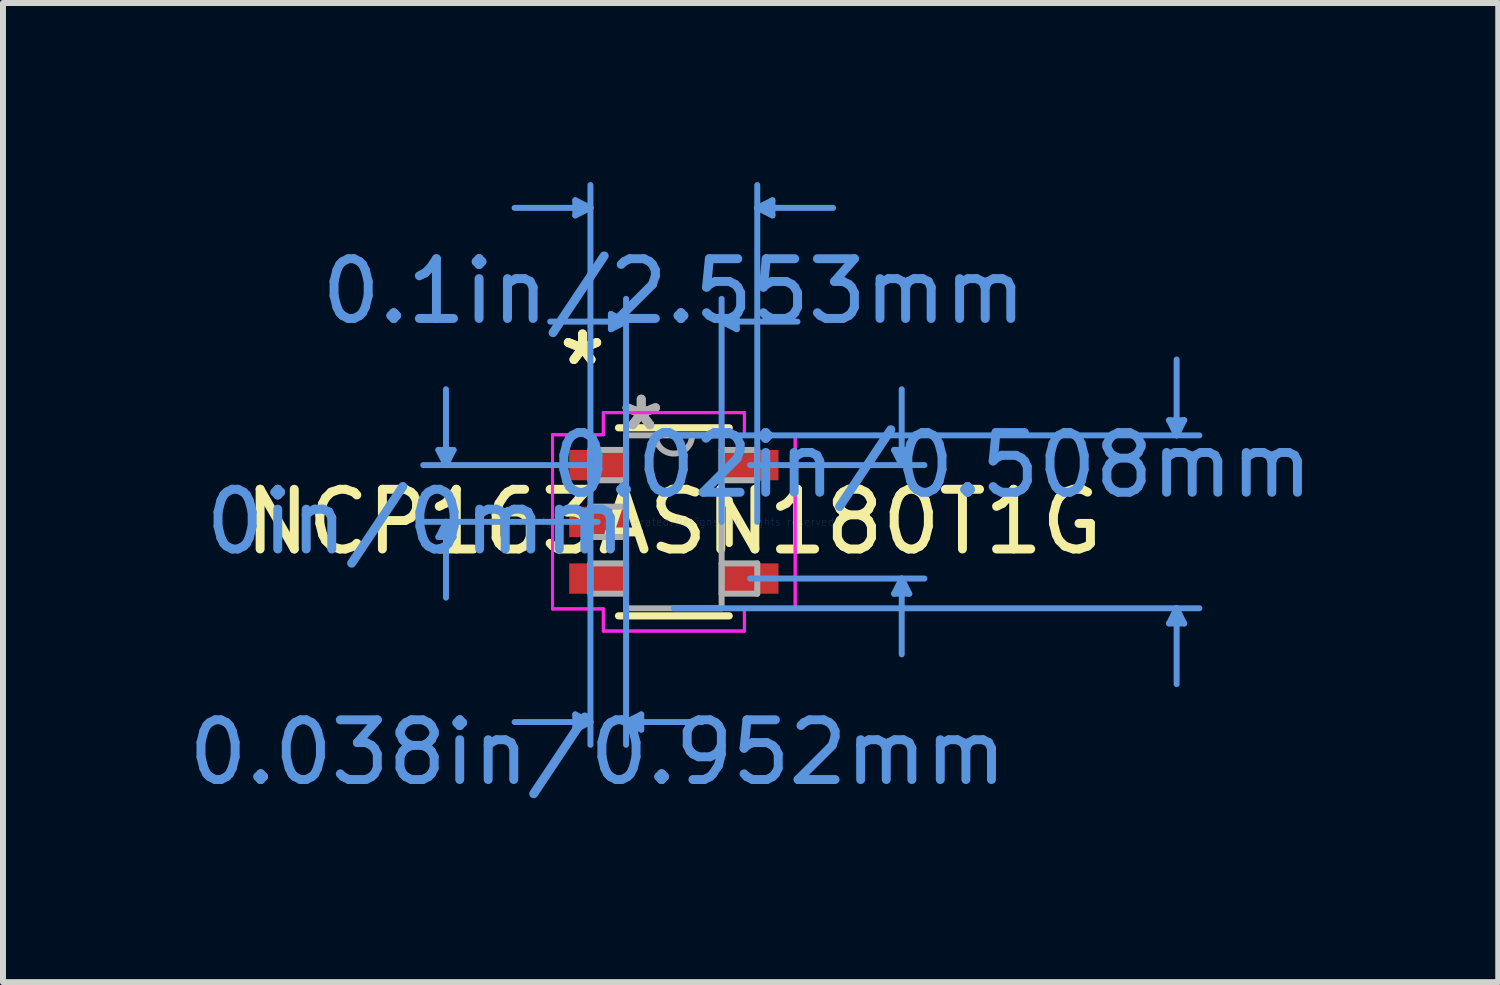
<source format=kicad_pcb>
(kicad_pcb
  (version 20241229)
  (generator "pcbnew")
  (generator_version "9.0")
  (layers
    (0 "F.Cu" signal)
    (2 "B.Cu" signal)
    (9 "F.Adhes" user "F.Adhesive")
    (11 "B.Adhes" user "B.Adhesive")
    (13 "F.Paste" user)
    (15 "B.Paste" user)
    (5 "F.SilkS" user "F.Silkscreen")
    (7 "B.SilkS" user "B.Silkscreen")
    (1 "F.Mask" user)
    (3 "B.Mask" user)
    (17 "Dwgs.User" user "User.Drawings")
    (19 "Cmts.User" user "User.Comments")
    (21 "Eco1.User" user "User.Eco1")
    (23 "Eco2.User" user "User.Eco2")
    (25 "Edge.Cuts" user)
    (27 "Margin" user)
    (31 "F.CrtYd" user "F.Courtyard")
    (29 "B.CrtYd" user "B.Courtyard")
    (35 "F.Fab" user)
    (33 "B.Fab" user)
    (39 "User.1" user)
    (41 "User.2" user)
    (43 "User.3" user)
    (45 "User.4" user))
  (footprint "NCP163ASN180T1G"
    (layer "F.Cu")
    (at 8.235 5.689)
    (property "Reference" "NCP163ASN180T1G" (at 0 0 0) (layer "F.SilkS") (effects (font (size 1 1) (thickness 0.15))))
    (attr through_hole)
    (fp_line (start -0.927 1.575) (end 0.927 1.575) (stroke (width 0.12) (type solid)) (layer "F.SilkS"))
    (fp_line (start 0.927 -1.575) (end -0.927 -1.575) (stroke (width 0.12) (type solid)) (layer "F.SilkS"))
    (fp_line (start 0.927 0.363) (end 0.927 -0.363) (stroke (width 0.12) (type solid)) (layer "F.SilkS"))
    (fp_line (start -3.943 -1.204) (end -3.689 -1.204) (stroke (width 0.1) (type solid)) (layer "Cmts.User"))
    (fp_line (start -3.943 0.254) (end -3.689 0.254) (stroke (width 0.1) (type solid)) (layer "Cmts.User"))
    (fp_line (start -3.816 -0.95) (end -3.943 -1.204) (stroke (width 0.1) (type solid)) (layer "Cmts.User"))
    (fp_line (start -3.816 -0.95) (end -3.816 -2.22) (stroke (width 0.1) (type solid)) (layer "Cmts.User"))
    (fp_line (start -3.816 -0.95) (end -3.689 -1.204) (stroke (width 0.1) (type solid)) (layer "Cmts.User"))
    (fp_line (start -3.816 0) (end -3.943 0.254) (stroke (width 0.1) (type solid)) (layer "Cmts.User"))
    (fp_line (start -3.816 0) (end -3.816 1.27) (stroke (width 0.1) (type solid)) (layer "Cmts.User"))
    (fp_line (start -3.816 0) (end -3.689 0.254) (stroke (width 0.1) (type solid)) (layer "Cmts.User"))
    (fp_line (start -1.651 -5.385) (end -1.651 -5.131) (stroke (width 0.1) (type solid)) (layer "Cmts.User"))
    (fp_line (start -1.651 3.226) (end -1.651 3.48) (stroke (width 0.1) (type solid)) (layer "Cmts.User"))
    (fp_line (start -1.397 -5.258) (end -2.667 -5.258) (stroke (width 0.1) (type solid)) (layer "Cmts.User"))
    (fp_line (start -1.397 -5.258) (end -1.651 -5.385) (stroke (width 0.1) (type solid)) (layer "Cmts.User"))
    (fp_line (start -1.397 -5.258) (end -1.651 -5.131) (stroke (width 0.1) (type solid)) (layer "Cmts.User"))
    (fp_line (start -1.397 0) (end -1.397 -5.639) (stroke (width 0.1) (type solid)) (layer "Cmts.User"))
    (fp_line (start -1.397 0) (end -1.397 3.734) (stroke (width 0.1) (type solid)) (layer "Cmts.User"))
    (fp_line (start -1.397 3.353) (end -2.667 3.353) (stroke (width 0.1) (type solid)) (layer "Cmts.User"))
    (fp_line (start -1.397 3.353) (end -1.651 3.226) (stroke (width 0.1) (type solid)) (layer "Cmts.User"))
    (fp_line (start -1.397 3.353) (end -1.651 3.48) (stroke (width 0.1) (type solid)) (layer "Cmts.User"))
    (fp_line (start -1.276 -0.95) (end -4.197 -0.95) (stroke (width 0.1) (type solid)) (layer "Cmts.User"))
    (fp_line (start -1.276 0) (end -4.197 0) (stroke (width 0.1) (type solid)) (layer "Cmts.User"))
    (fp_line (start -1.054 -3.48) (end -1.054 -3.226) (stroke (width 0.1) (type solid)) (layer "Cmts.User"))
    (fp_line (start -0.8 -3.353) (end -2.07 -3.353) (stroke (width 0.1) (type solid)) (layer "Cmts.User"))
    (fp_line (start -0.8 -3.353) (end -1.054 -3.48) (stroke (width 0.1) (type solid)) (layer "Cmts.User"))
    (fp_line (start -0.8 -3.353) (end -1.054 -3.226) (stroke (width 0.1) (type solid)) (layer "Cmts.User"))
    (fp_line (start -0.8 0) (end -0.8 -3.734) (stroke (width 0.1) (type solid)) (layer "Cmts.User"))
    (fp_line (start -0.8 0) (end -0.8 3.734) (stroke (width 0.1) (type solid)) (layer "Cmts.User"))
    (fp_line (start -0.8 3.353) (end -0.546 3.226) (stroke (width 0.1) (type solid)) (layer "Cmts.User"))
    (fp_line (start -0.8 3.353) (end -0.546 3.48) (stroke (width 0.1) (type solid)) (layer "Cmts.User"))
    (fp_line (start -0.8 3.353) (end 0.47 3.353) (stroke (width 0.1) (type solid)) (layer "Cmts.User"))
    (fp_line (start -0.546 3.226) (end -0.546 3.48) (stroke (width 0.1) (type solid)) (layer "Cmts.User"))
    (fp_line (start 0 -1.448) (end 8.801 -1.448) (stroke (width 0.1) (type solid)) (layer "Cmts.User"))
    (fp_line (start 0 1.448) (end 8.801 1.448) (stroke (width 0.1) (type solid)) (layer "Cmts.User"))
    (fp_line (start 0.8 -3.353) (end 1.054 -3.48) (stroke (width 0.1) (type solid)) (layer "Cmts.User"))
    (fp_line (start 0.8 -3.353) (end 1.054 -3.226) (stroke (width 0.1) (type solid)) (layer "Cmts.User"))
    (fp_line (start 0.8 -3.353) (end 2.07 -3.353) (stroke (width 0.1) (type solid)) (layer "Cmts.User"))
    (fp_line (start 0.8 0) (end 0.8 -3.734) (stroke (width 0.1) (type solid)) (layer "Cmts.User"))
    (fp_line (start 1.054 -3.48) (end 1.054 -3.226) (stroke (width 0.1) (type solid)) (layer "Cmts.User"))
    (fp_line (start 1.276 -0.95) (end 4.197 -0.95) (stroke (width 0.1) (type solid)) (layer "Cmts.User"))
    (fp_line (start 1.276 0.95) (end 4.197 0.95) (stroke (width 0.1) (type solid)) (layer "Cmts.User"))
    (fp_line (start 1.397 -5.258) (end 1.651 -5.385) (stroke (width 0.1) (type solid)) (layer "Cmts.User"))
    (fp_line (start 1.397 -5.258) (end 1.651 -5.131) (stroke (width 0.1) (type solid)) (layer "Cmts.User"))
    (fp_line (start 1.397 -5.258) (end 2.667 -5.258) (stroke (width 0.1) (type solid)) (layer "Cmts.User"))
    (fp_line (start 1.397 0) (end 1.397 -5.639) (stroke (width 0.1) (type solid)) (layer "Cmts.User"))
    (fp_line (start 1.651 -5.385) (end 1.651 -5.131) (stroke (width 0.1) (type solid)) (layer "Cmts.User"))
    (fp_line (start 3.689 -1.204) (end 3.943 -1.204) (stroke (width 0.1) (type solid)) (layer "Cmts.User"))
    (fp_line (start 3.689 1.204) (end 3.943 1.204) (stroke (width 0.1) (type solid)) (layer "Cmts.User"))
    (fp_line (start 3.816 -0.95) (end 3.689 -1.204) (stroke (width 0.1) (type solid)) (layer "Cmts.User"))
    (fp_line (start 3.816 -0.95) (end 3.816 -2.22) (stroke (width 0.1) (type solid)) (layer "Cmts.User"))
    (fp_line (start 3.816 -0.95) (end 3.943 -1.204) (stroke (width 0.1) (type solid)) (layer "Cmts.User"))
    (fp_line (start 3.816 0.95) (end 3.689 1.204) (stroke (width 0.1) (type solid)) (layer "Cmts.User"))
    (fp_line (start 3.816 0.95) (end 3.816 2.22) (stroke (width 0.1) (type solid)) (layer "Cmts.User"))
    (fp_line (start 3.816 0.95) (end 3.943 1.204) (stroke (width 0.1) (type solid)) (layer "Cmts.User"))
    (fp_line (start 8.293 -1.702) (end 8.547 -1.702) (stroke (width 0.1) (type solid)) (layer "Cmts.User"))
    (fp_line (start 8.293 1.702) (end 8.547 1.702) (stroke (width 0.1) (type solid)) (layer "Cmts.User"))
    (fp_line (start 8.42 -1.448) (end 8.293 -1.702) (stroke (width 0.1) (type solid)) (layer "Cmts.User"))
    (fp_line (start 8.42 -1.448) (end 8.42 -2.718) (stroke (width 0.1) (type solid)) (layer "Cmts.User"))
    (fp_line (start 8.42 -1.448) (end 8.547 -1.702) (stroke (width 0.1) (type solid)) (layer "Cmts.User"))
    (fp_line (start 8.42 1.448) (end 8.293 1.702) (stroke (width 0.1) (type solid)) (layer "Cmts.User"))
    (fp_line (start 8.42 1.448) (end 8.42 2.718) (stroke (width 0.1) (type solid)) (layer "Cmts.User"))
    (fp_line (start 8.42 1.448) (end 8.547 1.702) (stroke (width 0.1) (type solid)) (layer "Cmts.User"))
    (fp_line (start -2.032 -1.458) (end -1.181 -1.458) (stroke (width 0.05) (type solid)) (layer "F.CrtYd"))
    (fp_line (start -2.032 -1.458) (end -1.181 -1.458) (stroke (width 0.05) (type solid)) (layer "F.CrtYd"))
    (fp_line (start -2.032 1.458) (end -2.032 -1.458) (stroke (width 0.05) (type solid)) (layer "F.CrtYd"))
    (fp_line (start -2.032 1.458) (end -2.032 -1.458) (stroke (width 0.05) (type solid)) (layer "F.CrtYd"))
    (fp_line (start -1.181 -1.829) (end 1.181 -1.829) (stroke (width 0.05) (type solid)) (layer "F.CrtYd"))
    (fp_line (start -1.181 -1.829) (end 1.181 -1.829) (stroke (width 0.05) (type solid)) (layer "F.CrtYd"))
    (fp_line (start -1.181 -1.458) (end -1.181 -1.829) (stroke (width 0.05) (type solid)) (layer "F.CrtYd"))
    (fp_line (start -1.181 -1.458) (end -1.181 -1.829) (stroke (width 0.05) (type solid)) (layer "F.CrtYd"))
    (fp_line (start -1.181 1.458) (end -2.032 1.458) (stroke (width 0.05) (type solid)) (layer "F.CrtYd"))
    (fp_line (start -1.181 1.458) (end -2.032 1.458) (stroke (width 0.05) (type solid)) (layer "F.CrtYd"))
    (fp_line (start -1.181 1.829) (end -1.181 1.458) (stroke (width 0.05) (type solid)) (layer "F.CrtYd"))
    (fp_line (start -1.181 1.829) (end -1.181 1.458) (stroke (width 0.05) (type solid)) (layer "F.CrtYd"))
    (fp_line (start 1.181 -1.829) (end 1.181 -1.458) (stroke (width 0.05) (type solid)) (layer "F.CrtYd"))
    (fp_line (start 1.181 -1.829) (end 1.181 -1.458) (stroke (width 0.05) (type solid)) (layer "F.CrtYd"))
    (fp_line (start 1.181 -1.458) (end 2.032 -1.458) (stroke (width 0.05) (type solid)) (layer "F.CrtYd"))
    (fp_line (start 1.181 -1.458) (end 2.032 -1.458) (stroke (width 0.05) (type solid)) (layer "F.CrtYd"))
    (fp_line (start 1.181 1.458) (end 1.181 1.829) (stroke (width 0.05) (type solid)) (layer "F.CrtYd"))
    (fp_line (start 1.181 1.458) (end 1.181 1.829) (stroke (width 0.05) (type solid)) (layer "F.CrtYd"))
    (fp_line (start 1.181 1.829) (end -1.181 1.829) (stroke (width 0.05) (type solid)) (layer "F.CrtYd"))
    (fp_line (start 1.181 1.829) (end -1.181 1.829) (stroke (width 0.05) (type solid)) (layer "F.CrtYd"))
    (fp_line (start 2.032 -1.458) (end 2.032 1.458) (stroke (width 0.05) (type solid)) (layer "F.CrtYd"))
    (fp_line (start 2.032 -1.458) (end 2.032 1.458) (stroke (width 0.05) (type solid)) (layer "F.CrtYd"))
    (fp_line (start 2.032 1.458) (end 1.181 1.458) (stroke (width 0.05) (type solid)) (layer "F.CrtYd"))
    (fp_line (start 2.032 1.458) (end 1.181 1.458) (stroke (width 0.05) (type solid)) (layer "F.CrtYd"))
    (fp_line (start -1.397 -1.204) (end -1.397 -0.696) (stroke (width 0.1) (type solid)) (layer "F.Fab"))
    (fp_line (start -1.397 -0.696) (end -0.8 -0.696) (stroke (width 0.1) (type solid)) (layer "F.Fab"))
    (fp_line (start -1.397 -0.254) (end -1.397 0.254) (stroke (width 0.1) (type solid)) (layer "F.Fab"))
    (fp_line (start -1.397 0.254) (end -0.8 0.254) (stroke (width 0.1) (type solid)) (layer "F.Fab"))
    (fp_line (start -1.397 0.696) (end -1.397 1.204) (stroke (width 0.1) (type solid)) (layer "F.Fab"))
    (fp_line (start -1.397 1.204) (end -0.8 1.204) (stroke (width 0.1) (type solid)) (layer "F.Fab"))
    (fp_line (start -0.8 -1.448) (end -0.8 1.448) (stroke (width 0.1) (type solid)) (layer "F.Fab"))
    (fp_line (start -0.8 -1.204) (end -1.397 -1.204) (stroke (width 0.1) (type solid)) (layer "F.Fab"))
    (fp_line (start -0.8 -0.696) (end -0.8 -1.204) (stroke (width 0.1) (type solid)) (layer "F.Fab"))
    (fp_line (start -0.8 -0.254) (end -1.397 -0.254) (stroke (width 0.1) (type solid)) (layer "F.Fab"))
    (fp_line (start -0.8 0.254) (end -0.8 -0.254) (stroke (width 0.1) (type solid)) (layer "F.Fab"))
    (fp_line (start -0.8 0.696) (end -1.397 0.696) (stroke (width 0.1) (type solid)) (layer "F.Fab"))
    (fp_line (start -0.8 1.204) (end -0.8 0.696) (stroke (width 0.1) (type solid)) (layer "F.Fab"))
    (fp_line (start -0.8 1.448) (end 0.8 1.448) (stroke (width 0.1) (type solid)) (layer "F.Fab"))
    (fp_line (start 0.8 -1.448) (end -0.8 -1.448) (stroke (width 0.1) (type solid)) (layer "F.Fab"))
    (fp_line (start 0.8 -1.204) (end 0.8 -0.696) (stroke (width 0.1) (type solid)) (layer "F.Fab"))
    (fp_line (start 0.8 -0.696) (end 1.397 -0.696) (stroke (width 0.1) (type solid)) (layer "F.Fab"))
    (fp_line (start 0.8 0.696) (end 0.8 1.204) (stroke (width 0.1) (type solid)) (layer "F.Fab"))
    (fp_line (start 0.8 1.204) (end 1.397 1.204) (stroke (width 0.1) (type solid)) (layer "F.Fab"))
    (fp_line (start 0.8 1.448) (end 0.8 -1.448) (stroke (width 0.1) (type solid)) (layer "F.Fab"))
    (fp_line (start 1.397 -1.204) (end 0.8 -1.204) (stroke (width 0.1) (type solid)) (layer "F.Fab"))
    (fp_line (start 1.397 -0.696) (end 1.397 -1.204) (stroke (width 0.1) (type solid)) (layer "F.Fab"))
    (fp_line (start 1.397 0.696) (end 0.8 0.696) (stroke (width 0.1) (type solid)) (layer "F.Fab"))
    (fp_line (start 1.397 1.204) (end 1.397 0.696) (stroke (width 0.1) (type solid)) (layer "F.Fab"))
    (fp_arc (start 0.3048 -1.4478) (mid 0 -1.143) (end -0.3048 -1.4478) (stroke (width 0.1) (type solid)) (layer "F.Fab"))
    (fp_text user "*" (at -1.53 -2.601 0) (layer "F.SilkS") (effects (font (size 1 1) (thickness 0.15))))
    (fp_text user "*" (at -1.53 -2.601 0) (layer "F.SilkS") (effects (font (size 1 1) (thickness 0.15))))
    (fp_text user "Copyright 2021 Accelerated Designs. All rights reserved." (at 0 0 0) (layer "Cmts.User") (effects (font (size 0.127 0.127) (thickness 0.002))))
    (fp_text user "0.1in/2.553mm" (at 0 -3.861 0) (layer "Cmts.User") (effects (font (size 1 1) (thickness 0.15))))
    (fp_text user "0.02in/0.508mm" (at 4.324 -0.95 0) (layer "Cmts.User") (effects (font (size 1 1) (thickness 0.15))))
    (fp_text user "0in/0mm" (at -4.324 0 0) (layer "Cmts.User") (effects (font (size 1 1) (thickness 0.15))))
    (fp_text user "0.038in/0.952mm" (at -1.276 3.861 0) (layer "Cmts.User") (effects (font (size 1 1) (thickness 0.15))))
    (fp_text user "*" (at -0.546 -1.509 0) (layer "F.Fab") (effects (font (size 1 1) (thickness 0.15))))
    (fp_text user "*" (at -0.546 -1.509 0) (layer "F.Fab") (effects (font (size 1 1) (thickness 0.15))))
    (pad "1" smd rect (at -1.276 -0.95) (size 0.953 0.508) (layers "F.Cu" "F.Mask" "F.Paste"))
    (pad "2" smd rect (at -1.276 0) (size 0.953 0.508) (layers "F.Cu" "F.Mask" "F.Paste"))
    (pad "3" smd rect (at -1.276 0.95) (size 0.953 0.508) (layers "F.Cu" "F.Mask" "F.Paste"))
    (pad "4" smd rect (at 1.276 0.95) (size 0.953 0.508) (layers "F.Cu" "F.Mask" "F.Paste"))
    (pad "5" smd rect (at 1.276 -0.95) (size 0.953 0.508) (layers "F.Cu" "F.Mask" "F.Paste")))
  (gr_rect
    (start -3 -3)
    (end 22.041 13.398)
    (stroke (width 0.1) (type default))
    (fill no)
    (layer "Edge.Cuts")))
</source>
